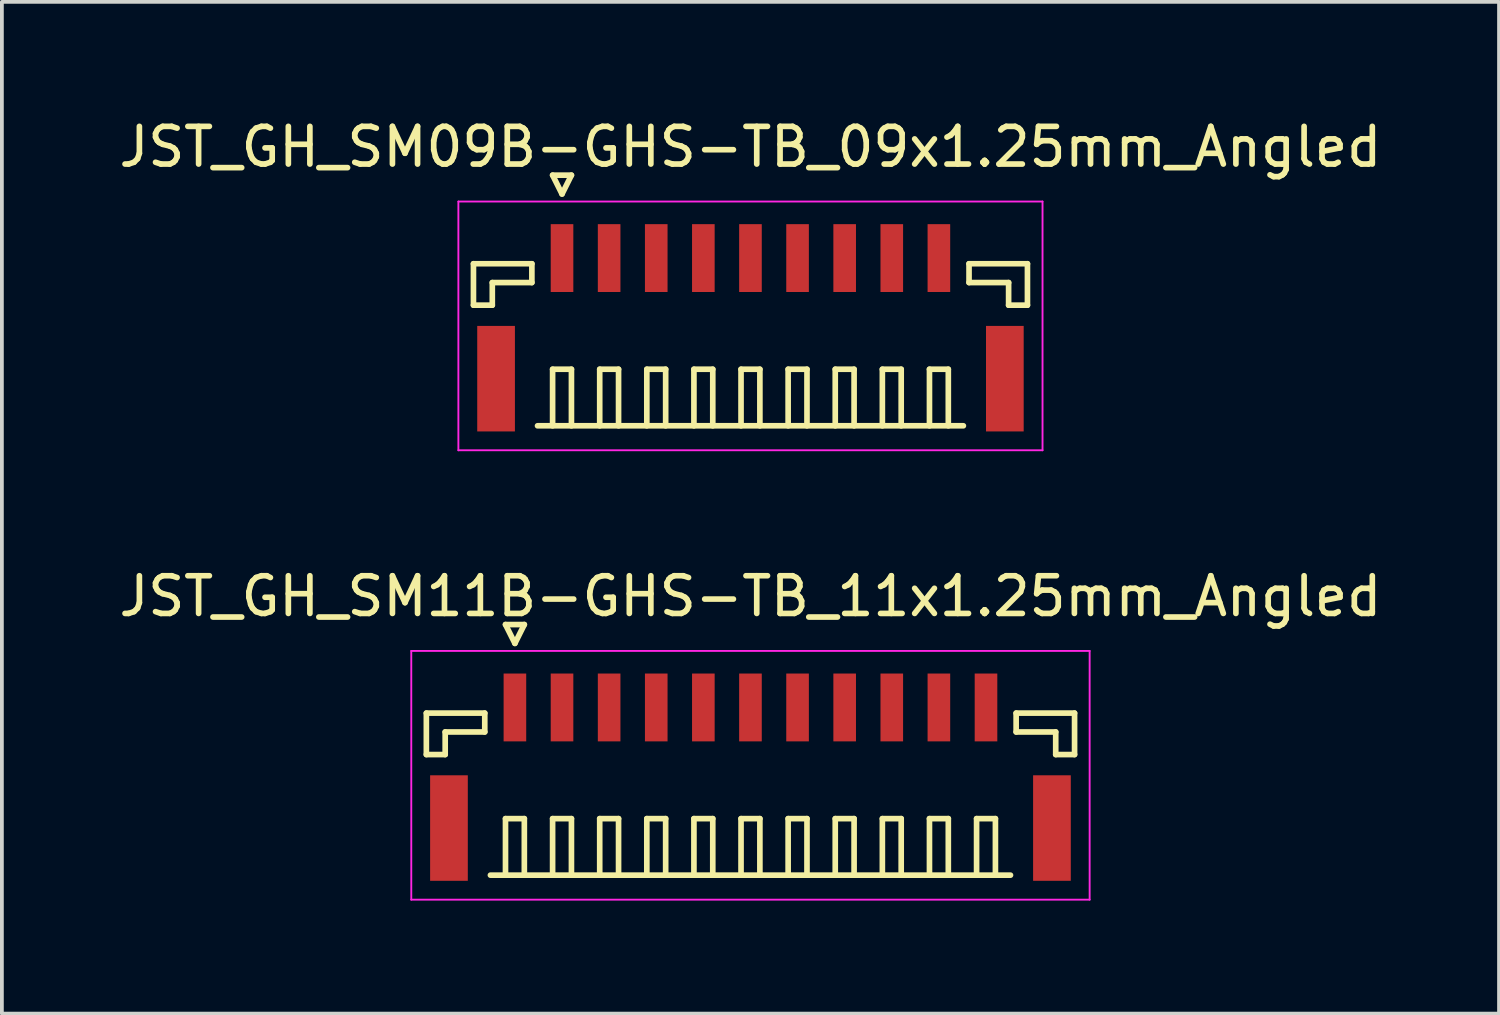
<source format=kicad_pcb>
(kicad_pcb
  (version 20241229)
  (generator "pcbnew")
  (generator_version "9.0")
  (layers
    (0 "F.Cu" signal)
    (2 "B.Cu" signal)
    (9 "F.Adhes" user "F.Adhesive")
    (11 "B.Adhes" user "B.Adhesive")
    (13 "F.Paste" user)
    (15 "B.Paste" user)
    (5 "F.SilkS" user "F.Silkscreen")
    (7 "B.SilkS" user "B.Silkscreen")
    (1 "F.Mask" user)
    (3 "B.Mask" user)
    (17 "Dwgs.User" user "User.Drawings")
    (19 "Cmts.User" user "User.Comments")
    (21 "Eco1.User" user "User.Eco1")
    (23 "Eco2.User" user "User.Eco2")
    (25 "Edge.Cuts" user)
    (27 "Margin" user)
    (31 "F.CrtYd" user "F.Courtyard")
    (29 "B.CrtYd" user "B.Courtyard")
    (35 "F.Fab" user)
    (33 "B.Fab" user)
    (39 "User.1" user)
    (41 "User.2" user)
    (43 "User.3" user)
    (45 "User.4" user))
  (footprint "JST_GH_SM11B-GHS-TB_11x1.25mm_Angled"
    (layer "F.Cu")
    (at 16.863 17.322)
    (property "Reference" "JST_GH_SM11B-GHS-TB_11x1.25mm_Angled" (at 0 -4.55 0) (layer "F.SilkS") (effects (font (size 1 1) (thickness 0.15))))
    (attr smd)
    (fp_line (start -8.6 -1.45) (end -7.05 -1.45) (stroke (width 0.15) (type solid)) (layer "F.SilkS"))
    (fp_line (start -8.6 -0.35) (end -8.6 -1.45) (stroke (width 0.15) (type solid)) (layer "F.SilkS"))
    (fp_line (start -8.1 -0.95) (end -8.1 -0.35) (stroke (width 0.15) (type solid)) (layer "F.SilkS"))
    (fp_line (start -8.1 -0.35) (end -8.6 -0.35) (stroke (width 0.15) (type solid)) (layer "F.SilkS"))
    (fp_line (start -7.05 -1.45) (end -7.05 -0.95) (stroke (width 0.15) (type solid)) (layer "F.SilkS"))
    (fp_line (start -7.05 -0.95) (end -8.1 -0.95) (stroke (width 0.15) (type solid)) (layer "F.SilkS"))
    (fp_line (start -6.9 2.85) (end 6.9 2.85) (stroke (width 0.15) (type solid)) (layer "F.SilkS"))
    (fp_line (start -6.5 -3.8) (end -6 -3.8) (stroke (width 0.15) (type solid)) (layer "F.SilkS"))
    (fp_line (start -6.5 1.35) (end -6 1.35) (stroke (width 0.15) (type solid)) (layer "F.SilkS"))
    (fp_line (start -6.5 2.85) (end -6.5 1.35) (stroke (width 0.15) (type solid)) (layer "F.SilkS"))
    (fp_line (start -6.25 -3.3) (end -6.5 -3.8) (stroke (width 0.15) (type solid)) (layer "F.SilkS"))
    (fp_line (start -6 -3.8) (end -6.25 -3.3) (stroke (width 0.15) (type solid)) (layer "F.SilkS"))
    (fp_line (start -6 1.35) (end -6 2.85) (stroke (width 0.15) (type solid)) (layer "F.SilkS"))
    (fp_line (start -5.25 1.35) (end -4.75 1.35) (stroke (width 0.15) (type solid)) (layer "F.SilkS"))
    (fp_line (start -5.25 2.85) (end -5.25 1.35) (stroke (width 0.15) (type solid)) (layer "F.SilkS"))
    (fp_line (start -4.75 1.35) (end -4.75 2.85) (stroke (width 0.15) (type solid)) (layer "F.SilkS"))
    (fp_line (start -4 1.35) (end -3.5 1.35) (stroke (width 0.15) (type solid)) (layer "F.SilkS"))
    (fp_line (start -4 2.85) (end -4 1.35) (stroke (width 0.15) (type solid)) (layer "F.SilkS"))
    (fp_line (start -3.5 1.35) (end -3.5 2.85) (stroke (width 0.15) (type solid)) (layer "F.SilkS"))
    (fp_line (start -2.75 1.35) (end -2.25 1.35) (stroke (width 0.15) (type solid)) (layer "F.SilkS"))
    (fp_line (start -2.75 2.85) (end -2.75 1.35) (stroke (width 0.15) (type solid)) (layer "F.SilkS"))
    (fp_line (start -2.25 1.35) (end -2.25 2.85) (stroke (width 0.15) (type solid)) (layer "F.SilkS"))
    (fp_line (start -1.5 1.35) (end -1 1.35) (stroke (width 0.15) (type solid)) (layer "F.SilkS"))
    (fp_line (start -1.5 2.85) (end -1.5 1.35) (stroke (width 0.15) (type solid)) (layer "F.SilkS"))
    (fp_line (start -1 1.35) (end -1 2.85) (stroke (width 0.15) (type solid)) (layer "F.SilkS"))
    (fp_line (start -0.25 1.35) (end 0.25 1.35) (stroke (width 0.15) (type solid)) (layer "F.SilkS"))
    (fp_line (start -0.25 2.85) (end -0.25 1.35) (stroke (width 0.15) (type solid)) (layer "F.SilkS"))
    (fp_line (start 0.25 1.35) (end 0.25 2.85) (stroke (width 0.15) (type solid)) (layer "F.SilkS"))
    (fp_line (start 1 1.35) (end 1.5 1.35) (stroke (width 0.15) (type solid)) (layer "F.SilkS"))
    (fp_line (start 1 2.85) (end 1 1.35) (stroke (width 0.15) (type solid)) (layer "F.SilkS"))
    (fp_line (start 1.5 1.35) (end 1.5 2.85) (stroke (width 0.15) (type solid)) (layer "F.SilkS"))
    (fp_line (start 2.25 1.35) (end 2.75 1.35) (stroke (width 0.15) (type solid)) (layer "F.SilkS"))
    (fp_line (start 2.25 2.85) (end 2.25 1.35) (stroke (width 0.15) (type solid)) (layer "F.SilkS"))
    (fp_line (start 2.75 1.35) (end 2.75 2.85) (stroke (width 0.15) (type solid)) (layer "F.SilkS"))
    (fp_line (start 3.5 1.35) (end 4 1.35) (stroke (width 0.15) (type solid)) (layer "F.SilkS"))
    (fp_line (start 3.5 2.85) (end 3.5 1.35) (stroke (width 0.15) (type solid)) (layer "F.SilkS"))
    (fp_line (start 4 1.35) (end 4 2.85) (stroke (width 0.15) (type solid)) (layer "F.SilkS"))
    (fp_line (start 4.75 1.35) (end 5.25 1.35) (stroke (width 0.15) (type solid)) (layer "F.SilkS"))
    (fp_line (start 4.75 2.85) (end 4.75 1.35) (stroke (width 0.15) (type solid)) (layer "F.SilkS"))
    (fp_line (start 5.25 1.35) (end 5.25 2.85) (stroke (width 0.15) (type solid)) (layer "F.SilkS"))
    (fp_line (start 6 1.35) (end 6.5 1.35) (stroke (width 0.15) (type solid)) (layer "F.SilkS"))
    (fp_line (start 6 2.85) (end 6 1.35) (stroke (width 0.15) (type solid)) (layer "F.SilkS"))
    (fp_line (start 6.5 1.35) (end 6.5 2.85) (stroke (width 0.15) (type solid)) (layer "F.SilkS"))
    (fp_line (start 7.05 -1.45) (end 7.05 -0.95) (stroke (width 0.15) (type solid)) (layer "F.SilkS"))
    (fp_line (start 7.05 -0.95) (end 8.1 -0.95) (stroke (width 0.15) (type solid)) (layer "F.SilkS"))
    (fp_line (start 8.1 -0.95) (end 8.1 -0.35) (stroke (width 0.15) (type solid)) (layer "F.SilkS"))
    (fp_line (start 8.1 -0.35) (end 8.6 -0.35) (stroke (width 0.15) (type solid)) (layer "F.SilkS"))
    (fp_line (start 8.6 -1.45) (end 7.05 -1.45) (stroke (width 0.15) (type solid)) (layer "F.SilkS"))
    (fp_line (start 8.6 -0.35) (end 8.6 -1.45) (stroke (width 0.15) (type solid)) (layer "F.SilkS"))
    (fp_line (start -9 -3.1) (end -9 3.5) (stroke (width 0.05) (type solid)) (layer "F.CrtYd"))
    (fp_line (start -9 3.5) (end 9 3.5) (stroke (width 0.05) (type solid)) (layer "F.CrtYd"))
    (fp_line (start 9 -3.1) (end -9 -3.1) (stroke (width 0.05) (type solid)) (layer "F.CrtYd"))
    (fp_line (start 9 3.5) (end 9 -3.1) (stroke (width 0.05) (type solid)) (layer "F.CrtYd"))
    (pad "" smd rect (at -8 1.6) (size 1 2.8) (layers "F.Cu" "F.Mask" "F.Paste"))
    (pad "" smd rect (at 8 1.6) (size 1 2.8) (layers "F.Cu" "F.Mask" "F.Paste"))
    (pad "1" smd rect (at -6.25 -1.6) (size 0.6 1.8) (layers "F.Cu" "F.Mask" "F.Paste"))
    (pad "2" smd rect (at -5 -1.6) (size 0.6 1.8) (layers "F.Cu" "F.Mask" "F.Paste"))
    (pad "3" smd rect (at -3.75 -1.6) (size 0.6 1.8) (layers "F.Cu" "F.Mask" "F.Paste"))
    (pad "4" smd rect (at -2.5 -1.6) (size 0.6 1.8) (layers "F.Cu" "F.Mask" "F.Paste"))
    (pad "5" smd rect (at -1.25 -1.6) (size 0.6 1.8) (layers "F.Cu" "F.Mask" "F.Paste"))
    (pad "6" smd rect (at 0 -1.6) (size 0.6 1.8) (layers "F.Cu" "F.Mask" "F.Paste"))
    (pad "7" smd rect (at 1.25 -1.6) (size 0.6 1.8) (layers "F.Cu" "F.Mask" "F.Paste"))
    (pad "8" smd rect (at 2.5 -1.6) (size 0.6 1.8) (layers "F.Cu" "F.Mask" "F.Paste"))
    (pad "9" smd rect (at 3.75 -1.6) (size 0.6 1.8) (layers "F.Cu" "F.Mask" "F.Paste"))
    (pad "10" smd rect (at 5 -1.6) (size 0.6 1.8) (layers "F.Cu" "F.Mask" "F.Paste"))
    (pad "11" smd rect (at 6.25 -1.6) (size 0.6 1.8) (layers "F.Cu" "F.Mask" "F.Paste")))
  (footprint "JST_GH_SM09B-GHS-TB_09x1.25mm_Angled"
    (layer "F.Cu")
    (at 16.863 5.398)
    (property "Reference" "JST_GH_SM09B-GHS-TB_09x1.25mm_Angled" (at 0 -4.55 0) (layer "F.SilkS") (effects (font (size 1 1) (thickness 0.15))))
    (attr smd)
    (fp_line (start -7.35 -1.45) (end -5.8 -1.45) (stroke (width 0.15) (type solid)) (layer "F.SilkS"))
    (fp_line (start -7.35 -0.35) (end -7.35 -1.45) (stroke (width 0.15) (type solid)) (layer "F.SilkS"))
    (fp_line (start -6.85 -0.95) (end -6.85 -0.35) (stroke (width 0.15) (type solid)) (layer "F.SilkS"))
    (fp_line (start -6.85 -0.35) (end -7.35 -0.35) (stroke (width 0.15) (type solid)) (layer "F.SilkS"))
    (fp_line (start -5.8 -1.45) (end -5.8 -0.95) (stroke (width 0.15) (type solid)) (layer "F.SilkS"))
    (fp_line (start -5.8 -0.95) (end -6.85 -0.95) (stroke (width 0.15) (type solid)) (layer "F.SilkS"))
    (fp_line (start -5.65 2.85) (end 5.65 2.85) (stroke (width 0.15) (type solid)) (layer "F.SilkS"))
    (fp_line (start -5.25 -3.8) (end -4.75 -3.8) (stroke (width 0.15) (type solid)) (layer "F.SilkS"))
    (fp_line (start -5.25 1.35) (end -4.75 1.35) (stroke (width 0.15) (type solid)) (layer "F.SilkS"))
    (fp_line (start -5.25 2.85) (end -5.25 1.35) (stroke (width 0.15) (type solid)) (layer "F.SilkS"))
    (fp_line (start -5 -3.3) (end -5.25 -3.8) (stroke (width 0.15) (type solid)) (layer "F.SilkS"))
    (fp_line (start -4.75 -3.8) (end -5 -3.3) (stroke (width 0.15) (type solid)) (layer "F.SilkS"))
    (fp_line (start -4.75 1.35) (end -4.75 2.85) (stroke (width 0.15) (type solid)) (layer "F.SilkS"))
    (fp_line (start -4 1.35) (end -3.5 1.35) (stroke (width 0.15) (type solid)) (layer "F.SilkS"))
    (fp_line (start -4 2.85) (end -4 1.35) (stroke (width 0.15) (type solid)) (layer "F.SilkS"))
    (fp_line (start -3.5 1.35) (end -3.5 2.85) (stroke (width 0.15) (type solid)) (layer "F.SilkS"))
    (fp_line (start -2.75 1.35) (end -2.25 1.35) (stroke (width 0.15) (type solid)) (layer "F.SilkS"))
    (fp_line (start -2.75 2.85) (end -2.75 1.35) (stroke (width 0.15) (type solid)) (layer "F.SilkS"))
    (fp_line (start -2.25 1.35) (end -2.25 2.85) (stroke (width 0.15) (type solid)) (layer "F.SilkS"))
    (fp_line (start -1.5 1.35) (end -1 1.35) (stroke (width 0.15) (type solid)) (layer "F.SilkS"))
    (fp_line (start -1.5 2.85) (end -1.5 1.35) (stroke (width 0.15) (type solid)) (layer "F.SilkS"))
    (fp_line (start -1 1.35) (end -1 2.85) (stroke (width 0.15) (type solid)) (layer "F.SilkS"))
    (fp_line (start -0.25 1.35) (end 0.25 1.35) (stroke (width 0.15) (type solid)) (layer "F.SilkS"))
    (fp_line (start -0.25 2.85) (end -0.25 1.35) (stroke (width 0.15) (type solid)) (layer "F.SilkS"))
    (fp_line (start 0.25 1.35) (end 0.25 2.85) (stroke (width 0.15) (type solid)) (layer "F.SilkS"))
    (fp_line (start 1 1.35) (end 1.5 1.35) (stroke (width 0.15) (type solid)) (layer "F.SilkS"))
    (fp_line (start 1 2.85) (end 1 1.35) (stroke (width 0.15) (type solid)) (layer "F.SilkS"))
    (fp_line (start 1.5 1.35) (end 1.5 2.85) (stroke (width 0.15) (type solid)) (layer "F.SilkS"))
    (fp_line (start 2.25 1.35) (end 2.75 1.35) (stroke (width 0.15) (type solid)) (layer "F.SilkS"))
    (fp_line (start 2.25 2.85) (end 2.25 1.35) (stroke (width 0.15) (type solid)) (layer "F.SilkS"))
    (fp_line (start 2.75 1.35) (end 2.75 2.85) (stroke (width 0.15) (type solid)) (layer "F.SilkS"))
    (fp_line (start 3.5 1.35) (end 4 1.35) (stroke (width 0.15) (type solid)) (layer "F.SilkS"))
    (fp_line (start 3.5 2.85) (end 3.5 1.35) (stroke (width 0.15) (type solid)) (layer "F.SilkS"))
    (fp_line (start 4 1.35) (end 4 2.85) (stroke (width 0.15) (type solid)) (layer "F.SilkS"))
    (fp_line (start 4.75 1.35) (end 5.25 1.35) (stroke (width 0.15) (type solid)) (layer "F.SilkS"))
    (fp_line (start 4.75 2.85) (end 4.75 1.35) (stroke (width 0.15) (type solid)) (layer "F.SilkS"))
    (fp_line (start 5.25 1.35) (end 5.25 2.85) (stroke (width 0.15) (type solid)) (layer "F.SilkS"))
    (fp_line (start 5.8 -1.45) (end 5.8 -0.95) (stroke (width 0.15) (type solid)) (layer "F.SilkS"))
    (fp_line (start 5.8 -0.95) (end 6.85 -0.95) (stroke (width 0.15) (type solid)) (layer "F.SilkS"))
    (fp_line (start 6.85 -0.95) (end 6.85 -0.35) (stroke (width 0.15) (type solid)) (layer "F.SilkS"))
    (fp_line (start 6.85 -0.35) (end 7.35 -0.35) (stroke (width 0.15) (type solid)) (layer "F.SilkS"))
    (fp_line (start 7.35 -1.45) (end 5.8 -1.45) (stroke (width 0.15) (type solid)) (layer "F.SilkS"))
    (fp_line (start 7.35 -0.35) (end 7.35 -1.45) (stroke (width 0.15) (type solid)) (layer "F.SilkS"))
    (fp_line (start -7.75 -3.1) (end -7.75 3.5) (stroke (width 0.05) (type solid)) (layer "F.CrtYd"))
    (fp_line (start -7.75 3.5) (end 7.75 3.5) (stroke (width 0.05) (type solid)) (layer "F.CrtYd"))
    (fp_line (start 7.75 -3.1) (end -7.75 -3.1) (stroke (width 0.05) (type solid)) (layer "F.CrtYd"))
    (fp_line (start 7.75 3.5) (end 7.75 -3.1) (stroke (width 0.05) (type solid)) (layer "F.CrtYd"))
    (pad "" smd rect (at -6.75 1.6) (size 1 2.8) (layers "F.Cu" "F.Mask" "F.Paste"))
    (pad "" smd rect (at 6.75 1.6) (size 1 2.8) (layers "F.Cu" "F.Mask" "F.Paste"))
    (pad "1" smd rect (at -5 -1.6) (size 0.6 1.8) (layers "F.Cu" "F.Mask" "F.Paste"))
    (pad "2" smd rect (at -3.75 -1.6) (size 0.6 1.8) (layers "F.Cu" "F.Mask" "F.Paste"))
    (pad "3" smd rect (at -2.5 -1.6) (size 0.6 1.8) (layers "F.Cu" "F.Mask" "F.Paste"))
    (pad "4" smd rect (at -1.25 -1.6) (size 0.6 1.8) (layers "F.Cu" "F.Mask" "F.Paste"))
    (pad "5" smd rect (at 0 -1.6) (size 0.6 1.8) (layers "F.Cu" "F.Mask" "F.Paste"))
    (pad "6" smd rect (at 1.25 -1.6) (size 0.6 1.8) (layers "F.Cu" "F.Mask" "F.Paste"))
    (pad "7" smd rect (at 2.5 -1.6) (size 0.6 1.8) (layers "F.Cu" "F.Mask" "F.Paste"))
    (pad "8" smd rect (at 3.75 -1.6) (size 0.6 1.8) (layers "F.Cu" "F.Mask" "F.Paste"))
    (pad "9" smd rect (at 5 -1.6) (size 0.6 1.8) (layers "F.Cu" "F.Mask" "F.Paste")))
  (gr_rect
    (start -3 -3)
    (end 36.726 23.846)
    (stroke (width 0.1) (type default))
    (fill no)
    (layer "Edge.Cuts")))
</source>
